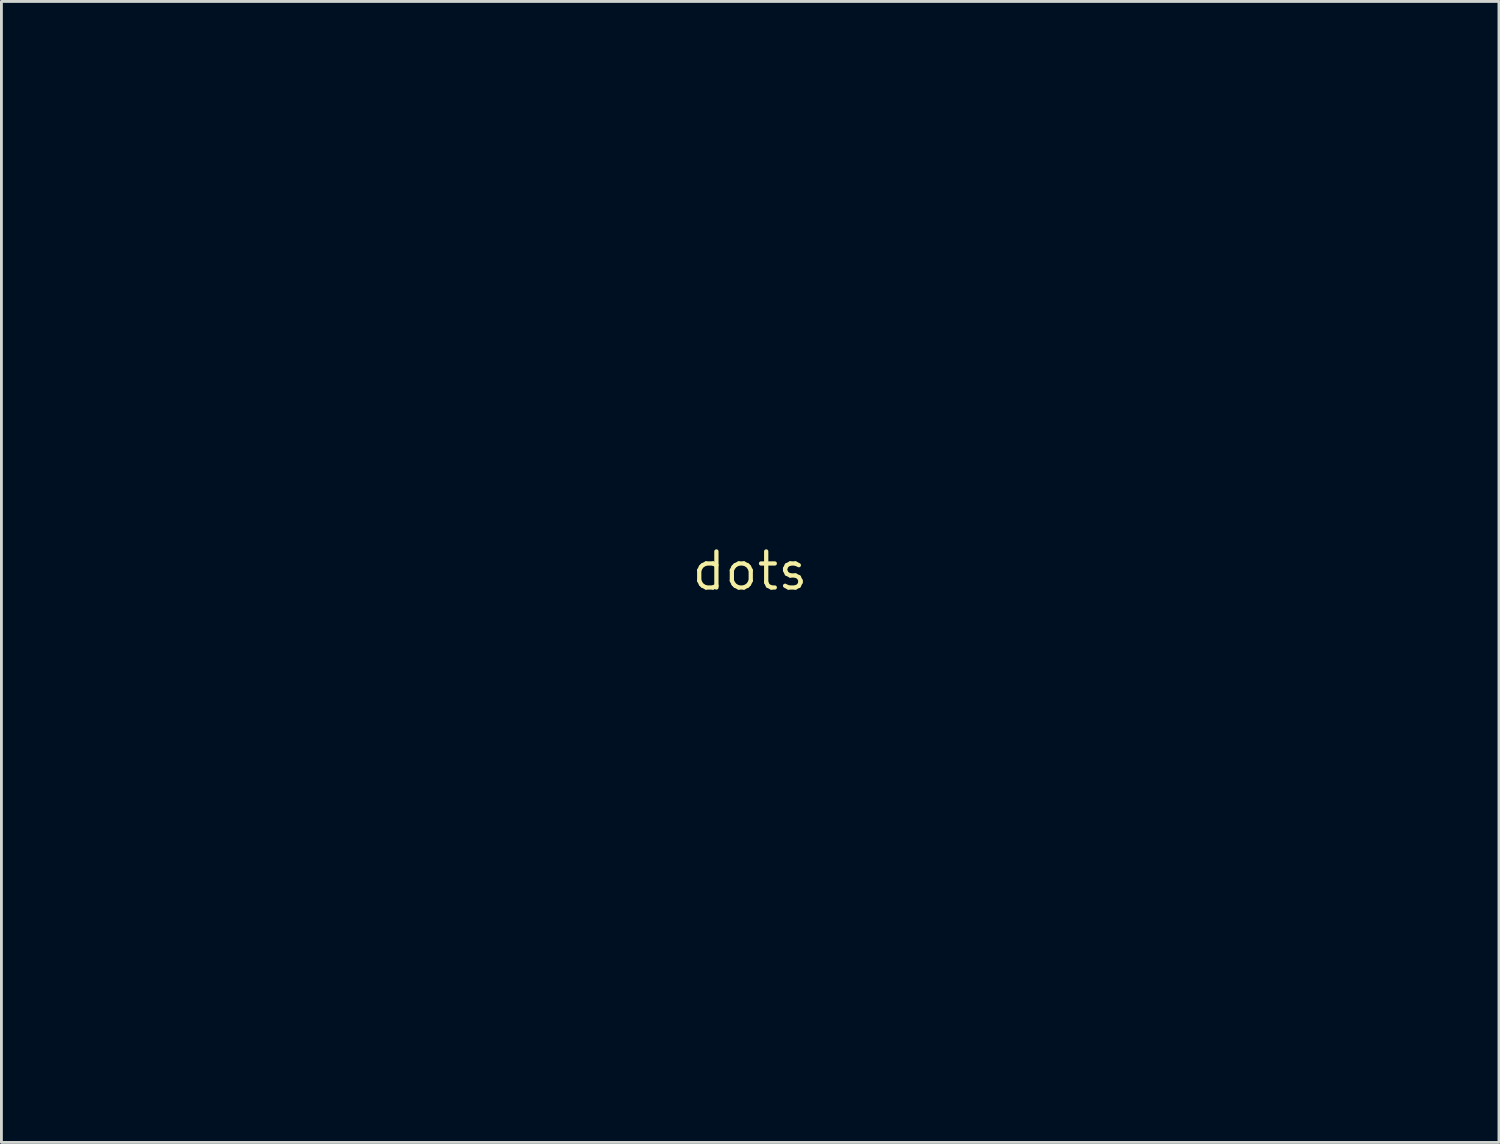
<source format=kicad_pcb>
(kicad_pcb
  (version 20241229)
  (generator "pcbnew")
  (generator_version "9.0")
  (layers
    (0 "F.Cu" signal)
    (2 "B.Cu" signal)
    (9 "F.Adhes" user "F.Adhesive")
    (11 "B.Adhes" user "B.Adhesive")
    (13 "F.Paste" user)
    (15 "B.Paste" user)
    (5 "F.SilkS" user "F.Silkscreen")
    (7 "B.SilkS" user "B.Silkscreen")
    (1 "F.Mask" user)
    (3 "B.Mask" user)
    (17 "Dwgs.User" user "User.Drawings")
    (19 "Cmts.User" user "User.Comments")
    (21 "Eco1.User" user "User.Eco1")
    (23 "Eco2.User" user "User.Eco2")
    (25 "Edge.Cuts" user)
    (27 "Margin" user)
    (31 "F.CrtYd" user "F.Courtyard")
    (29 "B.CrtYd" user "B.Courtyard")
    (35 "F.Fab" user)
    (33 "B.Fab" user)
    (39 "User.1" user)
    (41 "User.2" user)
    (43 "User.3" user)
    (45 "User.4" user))
  (footprint "dots"
    (layer "F.Cu")
    (at 23.362 17.063)
    (property "Reference" "dots" (at 0 0 0) (layer "F.SilkS") (effects (font (size 1.27 1.27) (thickness 0.15))))
    (attr through_hole)
    (fp_poly (pts (xy 11.504 14.439) (xy 11.556 14.482) (xy 11.573 14.544) (xy 11.557 14.623) (xy 11.506 14.713) (xy 11.442 14.792) (xy 11.349 14.879) (xy 11.264 14.929) (xy 11.19 14.944) (xy 11.128 14.921) (xy 11.097 14.886) (xy 11.063 14.798) (xy 11.064 14.704) (xy 11.099 14.61) (xy 11.162 14.527) (xy 11.252 14.463) (xy 11.269 14.455) (xy 11.36 14.422) (xy 11.435 14.418) (xy 11.504 14.439)) (stroke (width 0.01) (type solid)) (fill yes) (layer "F.Mask"))
    (fp_poly (pts (xy -14.394 12.008) (xy -14.299 12.037) (xy -14.23 12.095) (xy -14.19 12.176) (xy -14.182 12.275) (xy -14.209 12.385) (xy -14.212 12.394) (xy -14.248 12.449) (xy -14.297 12.467) (xy -14.362 12.448) (xy -14.427 12.407) (xy -14.509 12.341) (xy -14.561 12.283) (xy -14.589 12.222) (xy -14.599 12.176) (xy -14.602 12.117) (xy -14.585 12.079) (xy -14.549 12.045) (xy -14.498 12.014) (xy -14.442 12.005) (xy -14.394 12.008)) (stroke (width 0.01) (type solid)) (fill yes) (layer "F.Mask"))
    (fp_poly (pts (xy -13.394 12.858) (xy -13.304 12.89) (xy -13.255 12.914) (xy -13.134 12.99) (xy -13.046 13.077) (xy -12.991 13.171) (xy -12.973 13.266) (xy -12.988 13.344) (xy -13.019 13.372) (xy -13.074 13.377) (xy -13.142 13.36) (xy -13.213 13.322) (xy -13.221 13.316) (xy -13.332 13.223) (xy -13.42 13.127) (xy -13.478 13.035) (xy -13.504 12.953) (xy -13.504 12.939) (xy -13.493 12.882) (xy -13.457 12.855) (xy -13.394 12.858)) (stroke (width 0.01) (type solid)) (fill yes) (layer "F.Mask"))
    (fp_poly (pts (xy 13.359 12.819) (xy 13.363 12.823) (xy 13.397 12.889) (xy 13.393 12.968) (xy 13.354 13.055) (xy 13.281 13.145) (xy 13.252 13.173) (xy 13.174 13.228) (xy 13.101 13.251) (xy 13.041 13.24) (xy 13.022 13.225) (xy 13.003 13.182) (xy 12.997 13.113) (xy 13.004 13.035) (xy 13.023 12.961) (xy 13.035 12.933) (xy 13.087 12.865) (xy 13.156 12.817) (xy 13.231 12.791) (xy 13.302 12.79) (xy 13.359 12.819)) (stroke (width 0.01) (type solid)) (fill yes) (layer "F.Mask"))
    (fp_poly (pts (xy 16.857 -7.989) (xy 16.922 -7.927) (xy 16.969 -7.834) (xy 16.975 -7.812) (xy 16.987 -7.698) (xy 16.962 -7.597) (xy 16.902 -7.515) (xy 16.814 -7.459) (xy 16.749 -7.436) (xy 16.7 -7.434) (xy 16.642 -7.453) (xy 16.626 -7.46) (xy 16.557 -7.509) (xy 16.518 -7.582) (xy 16.506 -7.675) (xy 16.522 -7.807) (xy 16.568 -7.911) (xy 16.619 -7.969) (xy 16.699 -8.013) (xy 16.781 -8.019) (xy 16.857 -7.989)) (stroke (width 0.01) (type solid)) (fill yes) (layer "F.Mask"))
    (fp_poly (pts (xy 23.183 3.614) (xy 23.278 3.661) (xy 23.345 3.736) (xy 23.354 3.752) (xy 23.378 3.841) (xy 23.361 3.925) (xy 23.303 4.004) (xy 23.257 4.042) (xy 23.172 4.09) (xy 23.089 4.103) (xy 22.995 4.082) (xy 22.955 4.065) (xy 22.863 4.011) (xy 22.807 3.945) (xy 22.783 3.871) (xy 22.786 3.773) (xy 22.824 3.694) (xy 22.895 3.636) (xy 22.993 3.604) (xy 23.061 3.598) (xy 23.183 3.614)) (stroke (width 0.01) (type solid)) (fill yes) (layer "F.Mask"))
    (fp_poly (pts (xy -16.662 -8.084) (xy -16.629 -8.063) (xy -16.56 -7.989) (xy -16.519 -7.895) (xy -16.502 -7.772) (xy -16.501 -7.745) (xy -16.508 -7.625) (xy -16.536 -7.541) (xy -16.588 -7.486) (xy -16.669 -7.458) (xy -16.762 -7.451) (xy -16.857 -7.462) (xy -16.918 -7.493) (xy -16.977 -7.565) (xy -17.007 -7.66) (xy -17.006 -7.771) (xy -16.976 -7.889) (xy -16.953 -7.941) (xy -16.891 -8.031) (xy -16.819 -8.086) (xy -16.74 -8.104) (xy -16.662 -8.084)) (stroke (width 0.01) (type solid)) (fill yes) (layer "F.Mask"))
    (fp_poly (pts (xy 16.332 -10.343) (xy 16.359 -10.317) (xy 16.399 -10.244) (xy 16.424 -10.152) (xy 16.434 -10.053) (xy 16.429 -9.958) (xy 16.407 -9.879) (xy 16.37 -9.828) (xy 16.37 -9.827) (xy 16.31 -9.805) (xy 16.233 -9.803) (xy 16.157 -9.821) (xy 16.126 -9.836) (xy 16.058 -9.901) (xy 16.016 -9.989) (xy 16.001 -10.088) (xy 16.013 -10.187) (xy 16.052 -10.276) (xy 16.112 -10.339) (xy 16.185 -10.369) (xy 16.263 -10.37) (xy 16.332 -10.343)) (stroke (width 0.01) (type solid)) (fill yes) (layer "F.Mask"))
    (fp_poly (pts (xy 20.326 0.912) (xy 20.426 0.987) (xy 20.467 1.027) (xy 20.532 1.108) (xy 20.563 1.176) (xy 20.563 1.239) (xy 20.544 1.289) (xy 20.48 1.371) (xy 20.397 1.418) (xy 20.303 1.428) (xy 20.204 1.398) (xy 20.108 1.326) (xy 20.043 1.227) (xy 20.009 1.102) (xy 20.007 1.078) (xy 20.004 1.008) (xy 20.01 0.965) (xy 20.031 0.935) (xy 20.056 0.914) (xy 20.138 0.874) (xy 20.229 0.874) (xy 20.326 0.912)) (stroke (width 0.01) (type solid)) (fill yes) (layer "F.Mask"))
    (fp_poly (pts (xy 21.244 1.762) (xy 21.327 1.786) (xy 21.353 1.8) (xy 21.423 1.86) (xy 21.462 1.933) (xy 21.474 2.011) (xy 21.462 2.086) (xy 21.428 2.151) (xy 21.374 2.199) (xy 21.304 2.221) (xy 21.219 2.211) (xy 21.209 2.208) (xy 21.148 2.169) (xy 21.085 2.105) (xy 21.029 2.026) (xy 20.99 1.947) (xy 20.976 1.885) (xy 20.991 1.838) (xy 21.018 1.799) (xy 21.075 1.768) (xy 21.155 1.756) (xy 21.244 1.762)) (stroke (width 0.01) (type solid)) (fill yes) (layer "F.Mask"))
    (fp_poly (pts (xy -19.432 0.285) (xy -19.395 0.333) (xy -19.389 0.343) (xy -19.35 0.439) (xy -19.352 0.531) (xy -19.396 0.619) (xy -19.482 0.705) (xy -19.501 0.72) (xy -19.58 0.767) (xy -19.643 0.78) (xy -19.698 0.758) (xy -19.723 0.735) (xy -19.77 0.668) (xy -19.81 0.584) (xy -19.831 0.503) (xy -19.833 0.478) (xy -19.816 0.427) (xy -19.761 0.376) (xy -19.668 0.325) (xy -19.601 0.296) (xy -19.523 0.269) (xy -19.47 0.265) (xy -19.432 0.285)) (stroke (width 0.01) (type solid)) (fill yes) (layer "F.Mask"))
    (fp_poly (pts (xy -18.772 -0.58) (xy -18.737 -0.56) (xy -18.684 -0.504) (xy -18.639 -0.423) (xy -18.611 -0.336) (xy -18.605 -0.288) (xy -18.625 -0.205) (xy -18.678 -0.129) (xy -18.756 -0.067) (xy -18.849 -0.023) (xy -18.949 -0.002) (xy -19.046 -0.009) (xy -19.082 -0.02) (xy -19.146 -0.065) (xy -19.178 -0.131) (xy -19.178 -0.213) (xy -19.149 -0.305) (xy -19.091 -0.402) (xy -19.006 -0.498) (xy -18.999 -0.504) (xy -18.916 -0.567) (xy -18.842 -0.592) (xy -18.772 -0.58)) (stroke (width 0.01) (type solid)) (fill yes) (layer "F.Mask"))
    (fp_poly (pts (xy -16.566 11.396) (xy -16.506 11.421) (xy -16.431 11.466) (xy -16.355 11.522) (xy -16.293 11.577) (xy -16.27 11.604) (xy -16.241 11.674) (xy -16.253 11.748) (xy -16.306 11.823) (xy -16.359 11.869) (xy -16.457 11.923) (xy -16.562 11.94) (xy -16.677 11.918) (xy -16.765 11.88) (xy -16.86 11.818) (xy -16.913 11.751) (xy -16.924 11.677) (xy -16.894 11.597) (xy -16.825 11.514) (xy -16.731 11.438) (xy -16.643 11.398) (xy -16.567 11.395) (xy -16.566 11.396)) (stroke (width 0.01) (type solid)) (fill yes) (layer "F.Mask"))
    (fp_poly (pts (xy -12.121 13.747) (xy -12.04 13.827) (xy -12.007 13.873) (xy -11.958 13.957) (xy -11.94 14.024) (xy -11.953 14.083) (xy -11.971 14.113) (xy -12.014 14.154) (xy -12.064 14.16) (xy -12.127 14.132) (xy -12.204 14.068) (xy -12.24 14.033) (xy -12.301 13.969) (xy -12.337 13.923) (xy -12.354 13.886) (xy -12.359 13.847) (xy -12.357 13.817) (xy -12.349 13.759) (xy -12.33 13.728) (xy -12.29 13.711) (xy -12.283 13.709) (xy -12.202 13.707) (xy -12.121 13.747)) (stroke (width 0.01) (type solid)) (fill yes) (layer "F.Mask"))
    (fp_poly (pts (xy 9.801 16.536) (xy 9.835 16.584) (xy 9.842 16.661) (xy 9.822 16.764) (xy 9.775 16.892) (xy 9.76 16.926) (xy 9.719 17.005) (xy 9.682 17.054) (xy 9.64 17.084) (xy 9.622 17.093) (xy 9.52 17.12) (xy 9.427 17.111) (xy 9.406 17.103) (xy 9.364 17.074) (xy 9.344 17.025) (xy 9.341 16.948) (xy 9.346 16.899) (xy 9.382 16.767) (xy 9.452 16.659) (xy 9.555 16.577) (xy 9.657 16.532) (xy 9.742 16.518) (xy 9.801 16.536)) (stroke (width 0.01) (type solid)) (fill yes) (layer "F.Mask"))
    (fp_poly (pts (xy 14.347 12.022) (xy 14.384 12.053) (xy 14.422 12.101) (xy 14.431 12.147) (xy 14.427 12.176) (xy 14.395 12.268) (xy 14.334 12.344) (xy 14.265 12.397) (xy 14.193 12.432) (xy 14.111 12.456) (xy 14.031 12.466) (xy 13.966 12.46) (xy 13.933 12.444) (xy 13.906 12.388) (xy 13.91 12.319) (xy 13.941 12.242) (xy 13.992 12.166) (xy 14.059 12.097) (xy 14.137 12.043) (xy 14.221 12.011) (xy 14.241 12.008) (xy 14.303 12.005) (xy 14.347 12.022)) (stroke (width 0.01) (type solid)) (fill yes) (layer "F.Mask"))
    (fp_poly (pts (xy -17.011 -6.892) (xy -17.005 -6.89) (xy -16.882 -6.839) (xy -16.793 -6.77) (xy -16.74 -6.687) (xy -16.725 -6.592) (xy -16.75 -6.489) (xy -16.769 -6.451) (xy -16.844 -6.358) (xy -16.945 -6.297) (xy -17.067 -6.27) (xy -17.207 -6.277) (xy -17.222 -6.28) (xy -17.275 -6.299) (xy -17.311 -6.335) (xy -17.333 -6.394) (xy -17.344 -6.484) (xy -17.346 -6.581) (xy -17.339 -6.718) (xy -17.317 -6.817) (xy -17.276 -6.882) (xy -17.213 -6.914) (xy -17.126 -6.916) (xy -17.011 -6.892)) (stroke (width 0.01) (type solid)) (fill yes) (layer "F.Mask"))
    (fp_poly (pts (xy -16.158 -10.4) (xy -16.085 -10.357) (xy -16.029 -10.291) (xy -15.991 -10.207) (xy -15.974 -10.115) (xy -15.978 -10.022) (xy -16.004 -9.935) (xy -16.054 -9.863) (xy -16.129 -9.812) (xy -16.147 -9.805) (xy -16.207 -9.797) (xy -16.275 -9.802) (xy -16.277 -9.802) (xy -16.346 -9.826) (xy -16.391 -9.866) (xy -16.416 -9.93) (xy -16.423 -10.023) (xy -16.421 -10.088) (xy -16.408 -10.219) (xy -16.381 -10.312) (xy -16.34 -10.373) (xy -16.283 -10.404) (xy -16.248 -10.41) (xy -16.158 -10.4)) (stroke (width 0.01) (type solid)) (fill yes) (layer "F.Mask"))
    (fp_poly (pts (xy -15.473 11.502) (xy -15.401 11.52) (xy -15.314 11.55) (xy -15.227 11.588) (xy -15.152 11.628) (xy -15.102 11.663) (xy -15.094 11.671) (xy -15.071 11.722) (xy -15.063 11.791) (xy -15.069 11.861) (xy -15.089 11.916) (xy -15.103 11.93) (xy -15.162 11.952) (xy -15.246 11.955) (xy -15.342 11.941) (xy -15.364 11.935) (xy -15.474 11.885) (xy -15.55 11.81) (xy -15.591 11.711) (xy -15.6 11.628) (xy -15.594 11.552) (xy -15.572 11.51) (xy -15.529 11.497) (xy -15.473 11.502)) (stroke (width 0.01) (type solid)) (fill yes) (layer "F.Mask"))
    (fp_poly (pts (xy -13.648 -12.355) (xy -13.572 -12.304) (xy -13.523 -12.224) (xy -13.499 -12.113) (xy -13.497 -12.053) (xy -13.512 -11.921) (xy -13.556 -11.808) (xy -13.624 -11.718) (xy -13.709 -11.655) (xy -13.808 -11.624) (xy -13.916 -11.629) (xy -13.982 -11.651) (xy -14.084 -11.712) (xy -14.167 -11.795) (xy -14.228 -11.891) (xy -14.259 -11.991) (xy -14.258 -12.071) (xy -14.223 -12.152) (xy -14.155 -12.227) (xy -14.063 -12.291) (xy -13.956 -12.339) (xy -13.845 -12.369) (xy -13.737 -12.375) (xy -13.648 -12.355)) (stroke (width 0.01) (type solid)) (fill yes) (layer "F.Mask"))
    (fp_poly (pts (xy 10.608 15.487) (xy 10.66 15.525) (xy 10.686 15.589) (xy 10.683 15.677) (xy 10.646 15.782) (xy 10.608 15.847) (xy 10.558 15.917) (xy 10.504 15.982) (xy 10.453 16.034) (xy 10.414 16.062) (xy 10.402 16.066) (xy 10.368 16.051) (xy 10.33 16.019) (xy 10.299 15.974) (xy 10.264 15.906) (xy 10.243 15.855) (xy 10.218 15.774) (xy 10.217 15.712) (xy 10.244 15.657) (xy 10.303 15.599) (xy 10.346 15.564) (xy 10.447 15.503) (xy 10.536 15.479) (xy 10.608 15.487)) (stroke (width 0.01) (type solid)) (fill yes) (layer "F.Mask"))
    (fp_poly (pts (xy 12.351 13.657) (xy 12.388 13.675) (xy 12.405 13.697) (xy 12.423 13.763) (xy 12.409 13.835) (xy 12.361 13.919) (xy 12.277 14.016) (xy 12.256 14.037) (xy 12.182 14.109) (xy 12.128 14.154) (xy 12.089 14.175) (xy 12.055 14.175) (xy 12.019 14.16) (xy 12.018 14.159) (xy 11.983 14.117) (xy 11.959 14.049) (xy 11.951 13.968) (xy 11.958 13.901) (xy 11.999 13.791) (xy 12.067 13.713) (xy 12.162 13.668) (xy 12.285 13.652) (xy 12.286 13.652) (xy 12.351 13.657)) (stroke (width 0.01) (type solid)) (fill yes) (layer "F.Mask"))
    (fp_poly (pts (xy 12.602 -16.895) (xy 12.693 -16.803) (xy 12.756 -16.733) (xy 12.793 -16.68) (xy 12.805 -16.636) (xy 12.795 -16.596) (xy 12.766 -16.552) (xy 12.73 -16.51) (xy 12.643 -16.441) (xy 12.536 -16.396) (xy 12.425 -16.381) (xy 12.321 -16.397) (xy 12.319 -16.398) (xy 12.252 -16.442) (xy 12.192 -16.515) (xy 12.149 -16.604) (xy 12.129 -16.696) (xy 12.129 -16.71) (xy 12.147 -16.787) (xy 12.203 -16.868) (xy 12.299 -16.956) (xy 12.345 -16.99) (xy 12.439 -17.058) (xy 12.602 -16.895)) (stroke (width 0.01) (type solid)) (fill yes) (layer "F.Mask"))
    (fp_poly (pts (xy 15.481 11.446) (xy 15.517 11.49) (xy 15.532 11.555) (xy 15.527 11.633) (xy 15.501 11.717) (xy 15.457 11.8) (xy 15.395 11.874) (xy 15.367 11.899) (xy 15.292 11.943) (xy 15.206 11.975) (xy 15.124 11.988) (xy 15.087 11.985) (xy 15.057 11.96) (xy 15.032 11.906) (xy 15.017 11.837) (xy 15.015 11.767) (xy 15.019 11.744) (xy 15.051 11.674) (xy 15.113 11.601) (xy 15.194 11.531) (xy 15.284 11.475) (xy 15.37 11.439) (xy 15.422 11.43) (xy 15.481 11.446)) (stroke (width 0.01) (type solid)) (fill yes) (layer "F.Mask"))
    (fp_poly (pts (xy 18.738 -0.569) (xy 18.837 -0.525) (xy 18.93 -0.463) (xy 18.992 -0.405) (xy 19.049 -0.328) (xy 19.069 -0.261) (xy 19.052 -0.197) (xy 19.03 -0.165) (xy 18.969 -0.116) (xy 18.881 -0.082) (xy 18.783 -0.065) (xy 18.686 -0.067) (xy 18.605 -0.09) (xy 18.579 -0.106) (xy 18.53 -0.163) (xy 18.493 -0.242) (xy 18.468 -0.333) (xy 18.459 -0.423) (xy 18.466 -0.5) (xy 18.493 -0.554) (xy 18.496 -0.558) (xy 18.559 -0.587) (xy 18.642 -0.59) (xy 18.738 -0.569)) (stroke (width 0.01) (type solid)) (fill yes) (layer "F.Mask"))
    (fp_poly (pts (xy 19.358 0.204) (xy 19.427 0.236) (xy 19.51 0.292) (xy 19.598 0.367) (xy 19.632 0.401) (xy 19.689 0.463) (xy 19.716 0.509) (xy 19.712 0.548) (xy 19.675 0.591) (xy 19.605 0.648) (xy 19.602 0.651) (xy 19.525 0.701) (xy 19.464 0.716) (xy 19.406 0.695) (xy 19.343 0.64) (xy 19.276 0.563) (xy 19.237 0.497) (xy 19.221 0.431) (xy 19.219 0.394) (xy 19.23 0.308) (xy 19.26 0.24) (xy 19.303 0.202) (xy 19.308 0.2) (xy 19.358 0.204)) (stroke (width 0.01) (type solid)) (fill yes) (layer "F.Mask"))
    (fp_poly (pts (xy -14.599 -5.087) (xy -14.484 -5.043) (xy -14.385 -4.971) (xy -14.308 -4.874) (xy -14.26 -4.759) (xy -14.25 -4.699) (xy -14.258 -4.586) (xy -14.301 -4.485) (xy -14.373 -4.403) (xy -14.466 -4.343) (xy -14.575 -4.31) (xy -14.694 -4.307) (xy -14.79 -4.331) (xy -14.857 -4.365) (xy -14.931 -4.417) (xy -14.971 -4.453) (xy -15.054 -4.557) (xy -15.097 -4.668) (xy -15.103 -4.778) (xy -15.071 -4.882) (xy -15.003 -4.973) (xy -14.901 -5.047) (xy -14.845 -5.072) (xy -14.721 -5.098) (xy -14.599 -5.087)) (stroke (width 0.01) (type solid)) (fill yes) (layer "F.Mask"))
    (fp_poly (pts (xy -14.352 -14.874) (xy -14.301 -14.85) (xy -14.254 -14.808) (xy -14.198 -14.734) (xy -14.183 -14.659) (xy -14.207 -14.576) (xy -14.212 -14.567) (xy -14.272 -14.484) (xy -14.356 -14.412) (xy -14.45 -14.358) (xy -14.543 -14.332) (xy -14.567 -14.33) (xy -14.619 -14.34) (xy -14.681 -14.363) (xy -14.686 -14.366) (xy -14.765 -14.418) (xy -14.803 -14.48) (xy -14.801 -14.554) (xy -14.797 -14.569) (xy -14.741 -14.683) (xy -14.661 -14.777) (xy -14.563 -14.844) (xy -14.455 -14.878) (xy -14.418 -14.88) (xy -14.352 -14.874)) (stroke (width 0.01) (type solid)) (fill yes) (layer "F.Mask"))
    (fp_poly (pts (xy -12.464 -17) (xy -12.413 -16.971) (xy -12.355 -16.915) (xy -12.343 -16.902) (xy -12.284 -16.818) (xy -12.259 -16.737) (xy -12.264 -16.65) (xy -12.302 -16.554) (xy -12.371 -16.475) (xy -12.461 -16.418) (xy -12.564 -16.388) (xy -12.668 -16.388) (xy -12.751 -16.415) (xy -12.823 -16.466) (xy -12.86 -16.53) (xy -12.869 -16.599) (xy -12.865 -16.642) (xy -12.85 -16.682) (xy -12.816 -16.73) (xy -12.76 -16.795) (xy -12.739 -16.818) (xy -12.648 -16.911) (xy -12.576 -16.971) (xy -12.517 -17.001) (xy -12.464 -17)) (stroke (width 0.01) (type solid)) (fill yes) (layer "F.Mask"))
    (fp_poly (pts (xy -11.359 14.451) (xy -11.305 14.477) (xy -11.198 14.541) (xy -11.129 14.603) (xy -11.096 14.669) (xy -11.091 14.707) (xy -11.101 14.806) (xy -11.126 14.896) (xy -11.163 14.969) (xy -11.207 15.016) (xy -11.245 15.028) (xy -11.28 15.018) (xy -11.33 14.992) (xy -11.337 14.988) (xy -11.4 14.938) (xy -11.47 14.863) (xy -11.536 14.778) (xy -11.586 14.696) (xy -11.607 14.625) (xy -11.589 14.562) (xy -11.532 14.501) (xy -11.507 14.483) (xy -11.452 14.449) (xy -11.408 14.439) (xy -11.359 14.451)) (stroke (width 0.01) (type solid)) (fill yes) (layer "F.Mask"))
    (fp_poly (pts (xy -8.109 -1.884) (xy -8.002 -1.833) (xy -7.903 -1.745) (xy -7.821 -1.626) (xy -7.771 -1.497) (xy -7.759 -1.365) (xy -7.785 -1.24) (xy -7.804 -1.196) (xy -7.881 -1.084) (xy -7.972 -1.012) (xy -8.078 -0.979) (xy -8.198 -0.986) (xy -8.266 -1.005) (xy -8.345 -1.049) (xy -8.429 -1.12) (xy -8.507 -1.207) (xy -8.566 -1.297) (xy -8.592 -1.36) (xy -8.608 -1.491) (xy -8.583 -1.615) (xy -8.53 -1.711) (xy -8.436 -1.812) (xy -8.331 -1.874) (xy -8.221 -1.897) (xy -8.109 -1.884)) (stroke (width 0.01) (type solid)) (fill yes) (layer "F.Mask"))
    (fp_poly (pts (xy 16.644 11.515) (xy 16.728 11.556) (xy 16.785 11.621) (xy 16.786 11.622) (xy 16.804 11.694) (xy 16.795 11.777) (xy 16.764 11.853) (xy 16.732 11.89) (xy 16.697 11.915) (xy 16.655 11.93) (xy 16.595 11.936) (xy 16.514 11.937) (xy 16.411 11.932) (xy 16.323 11.918) (xy 16.278 11.904) (xy 16.187 11.853) (xy 16.139 11.795) (xy 16.131 11.729) (xy 16.163 11.653) (xy 16.171 11.641) (xy 16.242 11.573) (xy 16.334 11.525) (xy 16.438 11.5) (xy 16.545 11.496) (xy 16.644 11.515)) (stroke (width 0.01) (type solid)) (fill yes) (layer "F.Mask"))
    (fp_poly (pts (xy -22.029 2.55) (xy -21.949 2.6) (xy -21.937 2.612) (xy -21.893 2.662) (xy -21.872 2.709) (xy -21.865 2.773) (xy -21.865 2.793) (xy -21.876 2.898) (xy -21.911 2.984) (xy -21.979 3.067) (xy -21.996 3.084) (xy -22.096 3.156) (xy -22.204 3.193) (xy -22.311 3.192) (xy -22.409 3.155) (xy -22.468 3.097) (xy -22.506 3.016) (xy -22.518 2.929) (xy -22.513 2.891) (xy -22.491 2.844) (xy -22.45 2.783) (xy -22.42 2.748) (xy -22.309 2.638) (xy -22.207 2.569) (xy -22.114 2.54) (xy -22.029 2.55)) (stroke (width 0.01) (type solid)) (fill yes) (layer "F.Mask"))
    (fp_poly (pts (xy -20.304 0.857) (xy -20.25 0.878) (xy -20.187 0.92) (xy -20.122 0.974) (xy -20.067 1.03) (xy -20.031 1.08) (xy -20.024 1.105) (xy -20.039 1.149) (xy -20.078 1.21) (xy -20.132 1.277) (xy -20.195 1.34) (xy -20.239 1.376) (xy -20.323 1.426) (xy -20.395 1.439) (xy -20.465 1.414) (xy -20.539 1.35) (xy -20.544 1.346) (xy -20.613 1.262) (xy -20.647 1.189) (xy -20.646 1.116) (xy -20.612 1.036) (xy -20.602 1.02) (xy -20.527 0.927) (xy -20.439 0.871) (xy -20.343 0.853) (xy -20.304 0.857)) (stroke (width 0.01) (type solid)) (fill yes) (layer "F.Mask"))
    (fp_poly (pts (xy -9.735 16.295) (xy -9.682 16.344) (xy -9.625 16.414) (xy -9.571 16.497) (xy -9.525 16.583) (xy -9.494 16.664) (xy -9.483 16.727) (xy -9.5 16.791) (xy -9.544 16.842) (xy -9.601 16.868) (xy -9.615 16.869) (xy -9.666 16.86) (xy -9.729 16.839) (xy -9.737 16.836) (xy -9.804 16.798) (xy -9.871 16.744) (xy -9.927 16.685) (xy -9.962 16.632) (xy -9.97 16.604) (xy -9.959 16.537) (xy -9.93 16.461) (xy -9.891 16.386) (xy -9.846 16.324) (xy -9.803 16.285) (xy -9.779 16.277) (xy -9.735 16.295)) (stroke (width 0.01) (type solid)) (fill yes) (layer "F.Mask"))
    (fp_poly (pts (xy -9.654 -0.179) (xy -9.539 -0.138) (xy -9.44 -0.068) (xy -9.365 0.028) (xy -9.333 0.099) (xy -9.318 0.202) (xy -9.328 0.319) (xy -9.361 0.439) (xy -9.413 0.548) (xy -9.478 0.634) (xy -9.508 0.659) (xy -9.602 0.702) (xy -9.712 0.716) (xy -9.823 0.699) (xy -9.88 0.676) (xy -9.991 0.598) (xy -10.077 0.489) (xy -10.137 0.346) (xy -10.171 0.198) (xy -10.17 0.092) (xy -10.131 -0.001) (xy -10.052 -0.084) (xy -10.019 -0.108) (xy -9.902 -0.166) (xy -9.777 -0.189) (xy -9.654 -0.179)) (stroke (width 0.01) (type solid)) (fill yes) (layer "F.Mask"))
    (fp_poly (pts (xy -7.965 -6.692) (xy -7.847 -6.627) (xy -7.735 -6.534) (xy -7.664 -6.455) (xy -7.598 -6.356) (xy -7.567 -6.266) (xy -7.572 -6.178) (xy -7.613 -6.085) (xy -7.69 -5.979) (xy -7.698 -5.971) (xy -7.799 -5.877) (xy -7.908 -5.823) (xy -8.021 -5.81) (xy -8.115 -5.83) (xy -8.237 -5.895) (xy -8.346 -5.994) (xy -8.412 -6.083) (xy -8.458 -6.192) (xy -8.473 -6.308) (xy -8.458 -6.425) (xy -8.417 -6.533) (xy -8.353 -6.625) (xy -8.268 -6.691) (xy -8.19 -6.721) (xy -8.082 -6.724) (xy -7.965 -6.692)) (stroke (width 0.01) (type solid)) (fill yes) (layer "F.Mask"))
    (fp_poly (pts (xy 9.676 -2.594) (xy 9.749 -2.561) (xy 9.82 -2.5) (xy 9.893 -2.412) (xy 9.962 -2.302) (xy 9.992 -2.203) (xy 9.982 -2.11) (xy 9.933 -2.016) (xy 9.85 -1.922) (xy 9.725 -1.828) (xy 9.588 -1.774) (xy 9.451 -1.758) (xy 9.367 -1.763) (xy 9.289 -1.775) (xy 9.251 -1.784) (xy 9.167 -1.834) (xy 9.111 -1.915) (xy 9.083 -2.026) (xy 9.081 -2.084) (xy 9.1 -2.229) (xy 9.154 -2.357) (xy 9.239 -2.463) (xy 9.349 -2.543) (xy 9.479 -2.591) (xy 9.592 -2.603) (xy 9.676 -2.594)) (stroke (width 0.01) (type solid)) (fill yes) (layer "F.Mask"))
    (fp_poly (pts (xy 13.911 -12.403) (xy 14.007 -12.356) (xy 14.083 -12.278) (xy 14.139 -12.179) (xy 14.171 -12.066) (xy 14.177 -11.949) (xy 14.154 -11.836) (xy 14.111 -11.753) (xy 14.029 -11.665) (xy 13.933 -11.613) (xy 13.829 -11.599) (xy 13.724 -11.625) (xy 13.705 -11.634) (xy 13.628 -11.685) (xy 13.557 -11.751) (xy 13.501 -11.82) (xy 13.472 -11.881) (xy 13.471 -11.885) (xy 13.473 -11.959) (xy 13.498 -12.054) (xy 13.502 -12.063) (xy 13.567 -12.201) (xy 13.644 -12.306) (xy 13.729 -12.376) (xy 13.821 -12.408) (xy 13.911 -12.403)) (stroke (width 0.01) (type solid)) (fill yes) (layer "F.Mask"))
    (fp_poly (pts (xy 16.54 9.829) (xy 16.596 9.86) (xy 16.718 9.957) (xy 16.806 10.068) (xy 16.857 10.188) (xy 16.869 10.313) (xy 16.842 10.439) (xy 16.837 10.451) (xy 16.789 10.541) (xy 16.725 10.605) (xy 16.65 10.651) (xy 16.518 10.697) (xy 16.386 10.702) (xy 16.259 10.666) (xy 16.243 10.658) (xy 16.132 10.58) (xy 16.052 10.478) (xy 16.007 10.358) (xy 15.999 10.228) (xy 16.012 10.157) (xy 16.058 10.038) (xy 16.136 9.939) (xy 16.228 9.866) (xy 16.335 9.813) (xy 16.437 9.8) (xy 16.54 9.829)) (stroke (width 0.01) (type solid)) (fill yes) (layer "F.Mask"))
    (fp_poly (pts (xy -16.258 -1.827) (xy -16.122 -1.778) (xy -16.003 -1.699) (xy -15.909 -1.593) (xy -15.873 -1.531) (xy -15.83 -1.398) (xy -15.824 -1.266) (xy -15.853 -1.142) (xy -15.912 -1.028) (xy -15.998 -0.93) (xy -16.107 -0.853) (xy -16.234 -0.8) (xy -16.376 -0.777) (xy -16.51 -0.785) (xy -16.667 -0.828) (xy -16.795 -0.901) (xy -16.895 -1.005) (xy -16.942 -1.084) (xy -16.99 -1.223) (xy -16.997 -1.36) (xy -16.967 -1.492) (xy -16.9 -1.611) (xy -16.799 -1.712) (xy -16.697 -1.776) (xy -16.552 -1.828) (xy -16.403 -1.844) (xy -16.258 -1.827)) (stroke (width 0.01) (type solid)) (fill yes) (layer "F.Mask"))
    (fp_poly (pts (xy -10.606 15.232) (xy -10.56 15.244) (xy -10.52 15.274) (xy -10.488 15.307) (xy -10.443 15.371) (xy -10.399 15.46) (xy -10.361 15.559) (xy -10.336 15.651) (xy -10.329 15.708) (xy -10.344 15.752) (xy -10.379 15.797) (xy -10.421 15.827) (xy -10.44 15.831) (xy -10.476 15.823) (xy -10.532 15.806) (xy -10.555 15.798) (xy -10.671 15.736) (xy -10.759 15.645) (xy -10.815 15.529) (xy -10.837 15.392) (xy -10.837 15.378) (xy -10.831 15.302) (xy -10.81 15.257) (xy -10.763 15.235) (xy -10.684 15.229) (xy -10.678 15.229) (xy -10.606 15.232)) (stroke (width 0.01) (type solid)) (fill yes) (layer "F.Mask"))
    (fp_poly (pts (xy -8.774 5.227) (xy -8.661 5.257) (xy -8.571 5.3) (xy -8.493 5.376) (xy -8.438 5.477) (xy -8.409 5.594) (xy -8.407 5.715) (xy -8.432 5.832) (xy -8.486 5.933) (xy -8.502 5.952) (xy -8.58 6.012) (xy -8.685 6.053) (xy -8.803 6.072) (xy -8.922 6.067) (xy -8.98 6.054) (xy -9.1 5.998) (xy -9.19 5.914) (xy -9.248 5.804) (xy -9.27 5.671) (xy -9.271 5.65) (xy -9.253 5.518) (xy -9.206 5.402) (xy -9.132 5.308) (xy -9.038 5.244) (xy -8.99 5.227) (xy -8.89 5.216) (xy -8.774 5.227)) (stroke (width 0.01) (type solid)) (fill yes) (layer "F.Mask"))
    (fp_poly (pts (xy 13.029 -4.256) (xy 13.049 -4.246) (xy 13.163 -4.175) (xy 13.253 -4.083) (xy 13.312 -3.978) (xy 13.334 -3.868) (xy 13.335 -3.858) (xy 13.318 -3.772) (xy 13.276 -3.68) (xy 13.217 -3.598) (xy 13.189 -3.572) (xy 13.086 -3.509) (xy 12.962 -3.469) (xy 12.83 -3.454) (xy 12.703 -3.465) (xy 12.625 -3.49) (xy 12.546 -3.547) (xy 12.492 -3.631) (xy 12.463 -3.734) (xy 12.46 -3.848) (xy 12.483 -3.964) (xy 12.533 -4.076) (xy 12.591 -4.155) (xy 12.69 -4.242) (xy 12.794 -4.287) (xy 12.906 -4.292) (xy 13.029 -4.256)) (stroke (width 0.01) (type solid)) (fill yes) (layer "F.Mask"))
    (fp_poly (pts (xy 13.521 -15.902) (xy 13.603 -15.862) (xy 13.679 -15.806) (xy 13.736 -15.745) (xy 13.748 -15.726) (xy 13.776 -15.64) (xy 13.782 -15.546) (xy 13.766 -15.459) (xy 13.742 -15.411) (xy 13.701 -15.366) (xy 13.642 -15.312) (xy 13.612 -15.288) (xy 13.524 -15.234) (xy 13.445 -15.219) (xy 13.367 -15.244) (xy 13.298 -15.293) (xy 13.229 -15.367) (xy 13.171 -15.454) (xy 13.134 -15.541) (xy 13.123 -15.601) (xy 13.142 -15.675) (xy 13.191 -15.753) (xy 13.259 -15.825) (xy 13.338 -15.882) (xy 13.418 -15.914) (xy 13.45 -15.917) (xy 13.521 -15.902)) (stroke (width 0.01) (type solid)) (fill yes) (layer "F.Mask"))
    (fp_poly (pts (xy 15.046 -13.696) (xy 15.126 -13.643) (xy 15.193 -13.564) (xy 15.244 -13.467) (xy 15.275 -13.361) (xy 15.282 -13.255) (xy 15.262 -13.155) (xy 15.235 -13.1) (xy 15.156 -13.018) (xy 15.049 -12.963) (xy 14.921 -12.936) (xy 14.87 -12.934) (xy 14.793 -12.939) (xy 14.727 -12.949) (xy 14.695 -12.958) (xy 14.646 -13.003) (xy 14.602 -13.08) (xy 14.568 -13.18) (xy 14.548 -13.293) (xy 14.546 -13.314) (xy 14.536 -13.457) (xy 14.625 -13.543) (xy 14.72 -13.621) (xy 14.821 -13.679) (xy 14.916 -13.712) (xy 14.958 -13.716) (xy 15.046 -13.696)) (stroke (width 0.01) (type solid)) (fill yes) (layer "F.Mask"))
    (fp_poly (pts (xy 16.792 -2.077) (xy 16.917 -2.027) (xy 17.02 -1.95) (xy 17.1 -1.852) (xy 17.154 -1.738) (xy 17.178 -1.616) (xy 17.171 -1.489) (xy 17.13 -1.365) (xy 17.053 -1.249) (xy 17.026 -1.22) (xy 16.914 -1.136) (xy 16.782 -1.084) (xy 16.642 -1.066) (xy 16.503 -1.085) (xy 16.489 -1.09) (xy 16.361 -1.151) (xy 16.26 -1.239) (xy 16.187 -1.348) (xy 16.143 -1.471) (xy 16.13 -1.601) (xy 16.151 -1.731) (xy 16.206 -1.854) (xy 16.279 -1.946) (xy 16.392 -2.033) (xy 16.521 -2.082) (xy 16.648 -2.095) (xy 16.792 -2.077)) (stroke (width 0.01) (type solid)) (fill yes) (layer "F.Mask"))
    (fp_poly (pts (xy -14.947 8.826) (xy -14.837 8.947) (xy -14.767 9.063) (xy -14.736 9.175) (xy -14.744 9.288) (xy -14.772 9.367) (xy -14.838 9.469) (xy -14.932 9.553) (xy -15.045 9.617) (xy -15.166 9.655) (xy -15.288 9.666) (xy -15.4 9.643) (xy -15.421 9.635) (xy -15.528 9.562) (xy -15.608 9.457) (xy -15.652 9.351) (xy -15.674 9.272) (xy -15.685 9.207) (xy -15.683 9.15) (xy -15.664 9.099) (xy -15.625 9.048) (xy -15.563 8.994) (xy -15.473 8.933) (xy -15.354 8.86) (xy -15.202 8.771) (xy -15.176 8.756) (xy -15.079 8.701) (xy -14.947 8.826)) (stroke (width 0.01) (type solid)) (fill yes) (layer "F.Mask"))
    (fp_poly (pts (xy -13.615 7.783) (xy -13.548 7.825) (xy -13.533 7.837) (xy -13.446 7.94) (xy -13.394 8.059) (xy -13.377 8.187) (xy -13.395 8.318) (xy -13.449 8.444) (xy -13.529 8.549) (xy -13.621 8.626) (xy -13.72 8.672) (xy -13.841 8.693) (xy -13.841 8.693) (xy -13.926 8.695) (xy -13.995 8.68) (xy -14.054 8.653) (xy -14.153 8.583) (xy -14.227 8.49) (xy -14.272 8.384) (xy -14.287 8.274) (xy -14.268 8.168) (xy -14.237 8.106) (xy -14.145 8.002) (xy -14.012 7.904) (xy -13.875 7.829) (xy -13.769 7.786) (xy -13.686 7.77) (xy -13.615 7.783)) (stroke (width 0.01) (type solid)) (fill yes) (layer "F.Mask"))
    (fp_poly (pts (xy -13.419 -15.93) (xy -13.354 -15.895) (xy -13.3 -15.835) (xy -13.26 -15.757) (xy -13.237 -15.666) (xy -13.235 -15.568) (xy -13.257 -15.469) (xy -13.287 -15.406) (xy -13.334 -15.352) (xy -13.404 -15.294) (xy -13.484 -15.244) (xy -13.558 -15.212) (xy -13.568 -15.209) (xy -13.635 -15.213) (xy -13.686 -15.237) (xy -13.747 -15.285) (xy -13.809 -15.349) (xy -13.863 -15.418) (xy -13.895 -15.477) (xy -13.899 -15.487) (xy -13.892 -15.537) (xy -13.859 -15.604) (xy -13.803 -15.682) (xy -13.732 -15.763) (xy -13.652 -15.84) (xy -13.568 -15.904) (xy -13.492 -15.935) (xy -13.419 -15.93)) (stroke (width 0.01) (type solid)) (fill yes) (layer "F.Mask"))
    (fp_poly (pts (xy -12.933 -4.214) (xy -12.834 -4.169) (xy -12.797 -4.146) (xy -12.689 -4.057) (xy -12.622 -3.962) (xy -12.597 -3.86) (xy -12.612 -3.749) (xy -12.659 -3.644) (xy -12.713 -3.565) (xy -12.772 -3.513) (xy -12.812 -3.491) (xy -12.883 -3.464) (xy -12.948 -3.454) (xy -13.02 -3.462) (xy -13.115 -3.487) (xy -13.136 -3.493) (xy -13.257 -3.545) (xy -13.341 -3.613) (xy -13.393 -3.704) (xy -13.417 -3.823) (xy -13.42 -3.887) (xy -13.412 -4.002) (xy -13.386 -4.086) (xy -13.336 -4.144) (xy -13.255 -4.185) (xy -13.148 -4.214) (xy -13.032 -4.228) (xy -12.933 -4.214)) (stroke (width 0.01) (type solid)) (fill yes) (layer "F.Mask"))
    (fp_poly (pts (xy -11.153 -3.37) (xy -11.031 -3.321) (xy -10.921 -3.246) (xy -10.83 -3.147) (xy -10.793 -3.086) (xy -10.759 -2.977) (xy -10.766 -2.868) (xy -10.814 -2.761) (xy -10.902 -2.658) (xy -10.922 -2.64) (xy -11.016 -2.575) (xy -11.108 -2.546) (xy -11.21 -2.552) (xy -11.255 -2.563) (xy -11.307 -2.59) (xy -11.377 -2.64) (xy -11.454 -2.705) (xy -11.527 -2.776) (xy -11.588 -2.844) (xy -11.617 -2.886) (xy -11.664 -2.997) (xy -11.67 -3.104) (xy -11.635 -3.204) (xy -11.56 -3.292) (xy -11.511 -3.329) (xy -11.401 -3.376) (xy -11.279 -3.389) (xy -11.153 -3.37)) (stroke (width 0.01) (type solid)) (fill yes) (layer "F.Mask"))
    (fp_poly (pts (xy -8.11 0.402) (xy -7.981 0.462) (xy -7.897 0.531) (xy -7.822 0.625) (xy -7.781 0.729) (xy -7.768 0.855) (xy -7.773 0.933) (xy -7.792 0.992) (xy -7.832 1.054) (xy -7.837 1.06) (xy -7.893 1.122) (xy -7.957 1.174) (xy -7.984 1.19) (xy -8.071 1.221) (xy -8.179 1.238) (xy -8.285 1.24) (xy -8.35 1.23) (xy -8.482 1.178) (xy -8.579 1.101) (xy -8.643 0.997) (xy -8.674 0.869) (xy -8.674 0.762) (xy -8.646 0.63) (xy -8.585 0.523) (xy -8.495 0.444) (xy -8.379 0.396) (xy -8.254 0.381) (xy -8.11 0.402)) (stroke (width 0.01) (type solid)) (fill yes) (layer "F.Mask"))
    (fp_poly (pts (xy 6.882 -5.199) (xy 6.979 -5.142) (xy 7.057 -5.054) (xy 7.063 -5.043) (xy 7.109 -4.926) (xy 7.119 -4.799) (xy 7.098 -4.67) (xy 7.047 -4.549) (xy 6.971 -4.445) (xy 6.87 -4.367) (xy 6.858 -4.36) (xy 6.769 -4.331) (xy 6.663 -4.319) (xy 6.559 -4.325) (xy 6.473 -4.35) (xy 6.466 -4.353) (xy 6.358 -4.428) (xy 6.281 -4.525) (xy 6.263 -4.561) (xy 6.228 -4.684) (xy 6.235 -4.81) (xy 6.273 -4.922) (xy 6.345 -5.037) (xy 6.437 -5.125) (xy 6.544 -5.187) (xy 6.658 -5.22) (xy 6.773 -5.225) (xy 6.882 -5.199)) (stroke (width 0.01) (type solid)) (fill yes) (layer "F.Mask"))
    (fp_poly (pts (xy 8.1 -6.669) (xy 8.199 -6.636) (xy 8.274 -6.587) (xy 8.339 -6.513) (xy 8.36 -6.482) (xy 8.411 -6.378) (xy 8.426 -6.27) (xy 8.405 -6.153) (xy 8.355 -6.034) (xy 8.298 -5.934) (xy 8.241 -5.868) (xy 8.174 -5.829) (xy 8.086 -5.81) (xy 8.027 -5.806) (xy 7.93 -5.808) (xy 7.838 -5.819) (xy 7.792 -5.83) (xy 7.676 -5.887) (xy 7.588 -5.972) (xy 7.532 -6.077) (xy 7.514 -6.194) (xy 7.533 -6.317) (xy 7.587 -6.431) (xy 7.667 -6.529) (xy 7.768 -6.607) (xy 7.882 -6.659) (xy 8.002 -6.68) (xy 8.1 -6.669)) (stroke (width 0.01) (type solid)) (fill yes) (layer "F.Mask"))
    (fp_poly (pts (xy 8.824 5.223) (xy 8.936 5.258) (xy 9.024 5.31) (xy 9.032 5.317) (xy 9.086 5.392) (xy 9.126 5.495) (xy 9.149 5.611) (xy 9.153 5.728) (xy 9.136 5.831) (xy 9.117 5.877) (xy 9.061 5.942) (xy 8.975 5.994) (xy 8.87 6.029) (xy 8.759 6.045) (xy 8.651 6.036) (xy 8.639 6.034) (xy 8.516 5.982) (xy 8.417 5.899) (xy 8.344 5.79) (xy 8.304 5.662) (xy 8.298 5.579) (xy 8.311 5.444) (xy 8.349 5.341) (xy 8.413 5.27) (xy 8.465 5.242) (xy 8.575 5.214) (xy 8.7 5.208) (xy 8.824 5.223)) (stroke (width 0.01) (type solid)) (fill yes) (layer "F.Mask"))
    (fp_poly (pts (xy 11.843 6.759) (xy 11.972 6.792) (xy 12.103 6.846) (xy 12.216 6.913) (xy 12.298 6.986) (xy 12.344 7.068) (xy 12.354 7.164) (xy 12.33 7.278) (xy 12.289 7.377) (xy 12.215 7.497) (xy 12.124 7.578) (xy 12.033 7.618) (xy 11.942 7.634) (xy 11.841 7.639) (xy 11.747 7.632) (xy 11.684 7.617) (xy 11.589 7.558) (xy 11.509 7.467) (xy 11.45 7.352) (xy 11.416 7.222) (xy 11.409 7.136) (xy 11.422 7.003) (xy 11.461 6.897) (xy 11.531 6.812) (xy 11.54 6.805) (xy 11.619 6.765) (xy 11.722 6.75) (xy 11.843 6.759)) (stroke (width 0.01) (type solid)) (fill yes) (layer "F.Mask"))
    (fp_poly (pts (xy 13.755 7.855) (xy 13.881 7.927) (xy 13.975 7.985) (xy 14.042 8.032) (xy 14.086 8.073) (xy 14.113 8.113) (xy 14.127 8.157) (xy 14.134 8.197) (xy 14.128 8.328) (xy 14.109 8.391) (xy 14.064 8.472) (xy 13.996 8.553) (xy 13.918 8.62) (xy 13.851 8.658) (xy 13.771 8.675) (xy 13.676 8.676) (xy 13.585 8.663) (xy 13.536 8.645) (xy 13.419 8.562) (xy 13.332 8.454) (xy 13.279 8.327) (xy 13.263 8.213) (xy 13.279 8.087) (xy 13.329 7.964) (xy 13.418 7.836) (xy 13.437 7.813) (xy 13.517 7.721) (xy 13.755 7.855)) (stroke (width 0.01) (type solid)) (fill yes) (layer "F.Mask"))
    (fp_poly (pts (xy 16.594 -9.237) (xy 16.621 -9.208) (xy 16.623 -9.205) (xy 16.654 -9.141) (xy 16.68 -9.056) (xy 16.701 -8.959) (xy 16.714 -8.861) (xy 16.72 -8.769) (xy 16.716 -8.693) (xy 16.703 -8.642) (xy 16.688 -8.628) (xy 16.644 -8.62) (xy 16.576 -8.617) (xy 16.503 -8.618) (xy 16.443 -8.624) (xy 16.425 -8.629) (xy 16.346 -8.665) (xy 16.294 -8.717) (xy 16.266 -8.793) (xy 16.256 -8.899) (xy 16.256 -8.915) (xy 16.27 -9.043) (xy 16.313 -9.141) (xy 16.383 -9.208) (xy 16.48 -9.242) (xy 16.496 -9.244) (xy 16.558 -9.248) (xy 16.594 -9.237)) (stroke (width 0.01) (type solid)) (fill yes) (layer "F.Mask"))
    (fp_poly (pts (xy -21.068 1.603) (xy -21.022 1.662) (xy -21.021 1.664) (xy -20.968 1.77) (xy -20.943 1.881) (xy -20.945 1.985) (xy -20.976 2.075) (xy -21.015 2.124) (xy -21.089 2.172) (xy -21.184 2.205) (xy -21.284 2.221) (xy -21.377 2.218) (xy -21.45 2.195) (xy -21.458 2.19) (xy -21.494 2.149) (xy -21.524 2.088) (xy -21.529 2.076) (xy -21.54 2.025) (xy -21.538 1.98) (xy -21.52 1.925) (xy -21.499 1.877) (xy -21.457 1.8) (xy -21.404 1.736) (xy -21.326 1.671) (xy -21.314 1.663) (xy -21.227 1.603) (xy -21.163 1.574) (xy -21.112 1.574) (xy -21.068 1.603)) (stroke (width 0.01) (type solid)) (fill yes) (layer "F.Mask"))
    (fp_poly (pts (xy -14.967 -13.682) (xy -14.868 -13.638) (xy -14.826 -13.606) (xy -14.754 -13.532) (xy -14.712 -13.454) (xy -14.693 -13.358) (xy -14.69 -13.285) (xy -14.695 -13.175) (xy -14.711 -13.098) (xy -14.744 -13.045) (xy -14.795 -13.007) (xy -14.797 -13.006) (xy -14.865 -12.983) (xy -14.954 -12.967) (xy -15.045 -12.961) (xy -15.118 -12.966) (xy -15.124 -12.968) (xy -15.223 -13.006) (xy -15.299 -13.058) (xy -15.336 -13.104) (xy -15.363 -13.196) (xy -15.365 -13.306) (xy -15.345 -13.422) (xy -15.305 -13.529) (xy -15.247 -13.614) (xy -15.246 -13.615) (xy -15.166 -13.67) (xy -15.069 -13.693) (xy -14.967 -13.682)) (stroke (width 0.01) (type solid)) (fill yes) (layer "F.Mask"))
    (fp_poly (pts (xy -12.245 -0.88) (xy -12.141 -0.804) (xy -12.098 -0.754) (xy -12.073 -0.711) (xy -12.06 -0.656) (xy -12.055 -0.578) (xy -12.054 -0.542) (xy -12.057 -0.454) (xy -12.067 -0.39) (xy -12.09 -0.334) (xy -12.118 -0.284) (xy -12.2 -0.188) (xy -12.309 -0.117) (xy -12.433 -0.073) (xy -12.563 -0.062) (xy -12.688 -0.084) (xy -12.717 -0.095) (xy -12.78 -0.139) (xy -12.821 -0.207) (xy -12.842 -0.305) (xy -12.845 -0.437) (xy -12.844 -0.456) (xy -12.821 -0.614) (xy -12.772 -0.74) (xy -12.697 -0.834) (xy -12.596 -0.895) (xy -12.505 -0.918) (xy -12.368 -0.918) (xy -12.245 -0.88)) (stroke (width 0.01) (type solid)) (fill yes) (layer "F.Mask"))
    (fp_poly (pts (xy -11.149 -0.599) (xy -11.036 -0.558) (xy -10.934 -0.5) (xy -10.926 -0.494) (xy -10.861 -0.425) (xy -10.805 -0.331) (xy -10.766 -0.229) (xy -10.753 -0.142) (xy -10.769 -0.034) (xy -10.815 0.071) (xy -10.884 0.165) (xy -10.968 0.243) (xy -11.061 0.298) (xy -11.158 0.325) (xy -11.243 0.317) (xy -11.333 0.273) (xy -11.419 0.201) (xy -11.484 0.113) (xy -11.493 0.096) (xy -11.524 -0.002) (xy -11.538 -0.124) (xy -11.534 -0.252) (xy -11.514 -0.361) (xy -11.476 -0.451) (xy -11.416 -0.529) (xy -11.345 -0.586) (xy -11.271 -0.613) (xy -11.255 -0.614) (xy -11.149 -0.599)) (stroke (width 0.01) (type solid)) (fill yes) (layer "F.Mask"))
    (fp_poly (pts (xy 11.376 -3.428) (xy 11.472 -3.366) (xy 11.552 -3.281) (xy 11.607 -3.179) (xy 11.619 -3.139) (xy 11.631 -3.013) (xy 11.608 -2.89) (xy 11.554 -2.782) (xy 11.474 -2.696) (xy 11.423 -2.663) (xy 11.335 -2.631) (xy 11.226 -2.612) (xy 11.113 -2.606) (xy 11.008 -2.614) (xy 10.927 -2.637) (xy 10.922 -2.639) (xy 10.862 -2.688) (xy 10.805 -2.765) (xy 10.76 -2.855) (xy 10.734 -2.943) (xy 10.732 -2.978) (xy 10.751 -3.091) (xy 10.806 -3.201) (xy 10.889 -3.302) (xy 10.993 -3.385) (xy 11.111 -3.443) (xy 11.169 -3.459) (xy 11.272 -3.461) (xy 11.376 -3.428)) (stroke (width 0.01) (type solid)) (fill yes) (layer "F.Mask"))
    (fp_poly (pts (xy 12.683 -11.096) (xy 12.77 -11.05) (xy 12.837 -10.972) (xy 12.847 -10.953) (xy 12.87 -10.872) (xy 12.878 -10.767) (xy 12.87 -10.652) (xy 12.848 -10.542) (xy 12.827 -10.482) (xy 12.759 -10.369) (xy 12.666 -10.279) (xy 12.557 -10.216) (xy 12.44 -10.184) (xy 12.322 -10.186) (xy 12.255 -10.205) (xy 12.186 -10.247) (xy 12.115 -10.312) (xy 12.06 -10.385) (xy 12.053 -10.397) (xy 12.024 -10.496) (xy 12.03 -10.608) (xy 12.069 -10.726) (xy 12.139 -10.844) (xy 12.238 -10.954) (xy 12.244 -10.959) (xy 12.355 -11.042) (xy 12.469 -11.092) (xy 12.581 -11.11) (xy 12.683 -11.096)) (stroke (width 0.01) (type solid)) (fill yes) (layer "F.Mask"))
    (fp_poly (pts (xy -16.45 -9.383) (xy -16.389 -9.34) (xy -16.347 -9.277) (xy -16.32 -9.186) (xy -16.307 -9.098) (xy -16.303 -8.956) (xy -16.321 -8.831) (xy -16.358 -8.731) (xy -16.407 -8.668) (xy -16.458 -8.632) (xy -16.505 -8.619) (xy -16.564 -8.627) (xy -16.626 -8.647) (xy -16.679 -8.666) (xy -16.712 -8.677) (xy -16.716 -8.678) (xy -16.728 -8.694) (xy -16.741 -8.716) (xy -16.744 -8.751) (xy -16.738 -8.816) (xy -16.725 -8.904) (xy -16.707 -9.003) (xy -16.685 -9.106) (xy -16.662 -9.201) (xy -16.64 -9.281) (xy -16.621 -9.335) (xy -16.613 -9.349) (xy -16.559 -9.394) (xy -16.5 -9.401) (xy -16.45 -9.383)) (stroke (width 0.01) (type solid)) (fill yes) (layer "F.Mask"))
    (fp_poly (pts (xy -14.92 -1.462) (xy -14.824 -1.404) (xy -14.744 -1.306) (xy -14.737 -1.295) (xy -14.705 -1.234) (xy -14.688 -1.176) (xy -14.68 -1.105) (xy -14.679 -1.037) (xy -14.689 -0.907) (xy -14.721 -0.806) (xy -14.777 -0.73) (xy -14.817 -0.697) (xy -14.88 -0.669) (xy -14.971 -0.651) (xy -15.076 -0.645) (xy -15.18 -0.652) (xy -15.2 -0.656) (xy -15.326 -0.691) (xy -15.427 -0.752) (xy -15.488 -0.811) (xy -15.547 -0.906) (xy -15.568 -1.007) (xy -15.557 -1.111) (xy -15.515 -1.211) (xy -15.447 -1.303) (xy -15.357 -1.381) (xy -15.248 -1.44) (xy -15.123 -1.475) (xy -15.032 -1.482) (xy -14.92 -1.462)) (stroke (width 0.01) (type solid)) (fill yes) (layer "F.Mask"))
    (fp_poly (pts (xy -13.591 -1.233) (xy -13.5 -1.198) (xy -13.426 -1.135) (xy -13.376 -1.067) (xy -13.323 -0.958) (xy -13.307 -0.853) (xy -13.328 -0.746) (xy -13.385 -0.628) (xy -13.396 -0.611) (xy -13.484 -0.499) (xy -13.58 -0.427) (xy -13.683 -0.396) (xy -13.775 -0.402) (xy -13.86 -0.435) (xy -13.948 -0.49) (xy -14.031 -0.559) (xy -14.099 -0.634) (xy -14.145 -0.708) (xy -14.161 -0.768) (xy -14.153 -0.839) (xy -14.135 -0.927) (xy -14.108 -1.018) (xy -14.079 -1.098) (xy -14.05 -1.155) (xy -14.039 -1.168) (xy -13.986 -1.198) (xy -13.896 -1.223) (xy -13.852 -1.23) (xy -13.707 -1.243) (xy -13.591 -1.233)) (stroke (width 0.01) (type solid)) (fill yes) (layer "F.Mask"))
    (fp_poly (pts (xy -10.911 -9.684) (xy -10.797 -9.645) (xy -10.709 -9.573) (xy -10.643 -9.465) (xy -10.612 -9.38) (xy -10.59 -9.267) (xy -10.589 -9.156) (xy -10.607 -9.06) (xy -10.643 -8.99) (xy -10.648 -8.984) (xy -10.724 -8.927) (xy -10.826 -8.881) (xy -10.938 -8.851) (xy -11.047 -8.841) (xy -11.121 -8.85) (xy -11.196 -8.888) (xy -11.277 -8.962) (xy -11.366 -9.076) (xy -11.389 -9.109) (xy -11.451 -9.227) (xy -11.472 -9.335) (xy -11.452 -9.435) (xy -11.391 -9.528) (xy -11.287 -9.618) (xy -11.286 -9.619) (xy -11.224 -9.657) (xy -11.162 -9.678) (xy -11.08 -9.689) (xy -11.052 -9.691) (xy -10.911 -9.684)) (stroke (width 0.01) (type solid)) (fill yes) (layer "F.Mask"))
    (fp_poly (pts (xy -9.559 -2.604) (xy -9.458 -2.548) (xy -9.367 -2.459) (xy -9.292 -2.346) (xy -9.239 -2.215) (xy -9.209 -2.109) (xy -9.194 -2.033) (xy -9.194 -1.977) (xy -9.209 -1.932) (xy -9.24 -1.888) (xy -9.253 -1.873) (xy -9.351 -1.787) (xy -9.466 -1.728) (xy -9.587 -1.7) (xy -9.705 -1.704) (xy -9.773 -1.724) (xy -9.862 -1.778) (xy -9.949 -1.854) (xy -10.025 -1.943) (xy -10.083 -2.036) (xy -10.114 -2.123) (xy -10.117 -2.155) (xy -10.1 -2.237) (xy -10.053 -2.329) (xy -9.984 -2.421) (xy -9.901 -2.504) (xy -9.811 -2.571) (xy -9.724 -2.614) (xy -9.663 -2.625) (xy -9.559 -2.604)) (stroke (width 0.01) (type solid)) (fill yes) (layer "F.Mask"))
    (fp_poly (pts (xy -6.726 -5.216) (xy -6.664 -5.207) (xy -6.615 -5.189) (xy -6.568 -5.161) (xy -6.478 -5.077) (xy -6.416 -4.969) (xy -6.385 -4.843) (xy -6.386 -4.709) (xy -6.42 -4.573) (xy -6.441 -4.525) (xy -6.514 -4.418) (xy -6.607 -4.343) (xy -6.714 -4.304) (xy -6.83 -4.303) (xy -6.933 -4.336) (xy -6.998 -4.376) (xy -7.066 -4.434) (xy -7.096 -4.466) (xy -7.176 -4.584) (xy -7.223 -4.71) (xy -7.237 -4.836) (xy -7.218 -4.955) (xy -7.167 -5.061) (xy -7.084 -5.147) (xy -7.068 -5.158) (xy -7.015 -5.19) (xy -6.965 -5.208) (xy -6.902 -5.216) (xy -6.816 -5.218) (xy -6.726 -5.216)) (stroke (width 0.01) (type solid)) (fill yes) (layer "F.Mask"))
    (fp_poly (pts (xy 11.12 -9.669) (xy 11.199 -9.663) (xy 11.251 -9.652) (xy 11.289 -9.63) (xy 11.329 -9.592) (xy 11.335 -9.585) (xy 11.395 -9.492) (xy 11.432 -9.376) (xy 11.441 -9.256) (xy 11.437 -9.219) (xy 11.399 -9.106) (xy 11.329 -9.005) (xy 11.234 -8.92) (xy 11.124 -8.858) (xy 11.006 -8.821) (xy 10.887 -8.817) (xy 10.808 -8.835) (xy 10.721 -8.883) (xy 10.635 -8.954) (xy 10.567 -9.036) (xy 10.55 -9.064) (xy 10.521 -9.161) (xy 10.53 -9.27) (xy 10.572 -9.381) (xy 10.647 -9.489) (xy 10.699 -9.543) (xy 10.793 -9.613) (xy 10.898 -9.654) (xy 11.023 -9.671) (xy 11.12 -9.669)) (stroke (width 0.01) (type solid)) (fill yes) (layer "F.Mask"))
    (fp_poly (pts (xy 14.74 -5.075) (xy 14.844 -5.028) (xy 14.927 -4.945) (xy 14.948 -4.915) (xy 14.986 -4.818) (xy 14.996 -4.705) (xy 14.982 -4.587) (xy 14.945 -4.474) (xy 14.888 -4.376) (xy 14.815 -4.304) (xy 14.786 -4.288) (xy 14.679 -4.253) (xy 14.556 -4.241) (xy 14.436 -4.251) (xy 14.407 -4.258) (xy 14.343 -4.287) (xy 14.273 -4.334) (xy 14.246 -4.358) (xy 14.169 -4.456) (xy 14.13 -4.565) (xy 14.129 -4.679) (xy 14.163 -4.792) (xy 14.232 -4.899) (xy 14.334 -4.995) (xy 14.379 -5.025) (xy 14.452 -5.064) (xy 14.521 -5.083) (xy 14.609 -5.089) (xy 14.611 -5.089) (xy 14.74 -5.075)) (stroke (width 0.01) (type solid)) (fill yes) (layer "F.Mask"))
    (fp_poly (pts (xy 15.037 8.831) (xy 15.205 8.861) (xy 15.354 8.929) (xy 15.479 9.03) (xy 15.551 9.119) (xy 15.588 9.207) (xy 15.591 9.303) (xy 15.561 9.413) (xy 15.524 9.498) (xy 15.489 9.563) (xy 15.456 9.601) (xy 15.409 9.626) (xy 15.362 9.641) (xy 15.222 9.667) (xy 15.081 9.668) (xy 14.956 9.642) (xy 14.954 9.641) (xy 14.846 9.581) (xy 14.758 9.485) (xy 14.691 9.355) (xy 14.646 9.193) (xy 14.634 9.111) (xy 14.629 9.043) (xy 14.638 8.996) (xy 14.666 8.953) (xy 14.677 8.938) (xy 14.746 8.878) (xy 14.834 8.842) (xy 14.948 8.829) (xy 15.037 8.831)) (stroke (width 0.01) (type solid)) (fill yes) (layer "F.Mask"))
    (fp_poly (pts (xy 16.648 -5.867) (xy 16.658 -5.863) (xy 16.735 -5.813) (xy 16.811 -5.733) (xy 16.88 -5.634) (xy 16.935 -5.527) (xy 16.968 -5.423) (xy 16.976 -5.36) (xy 16.959 -5.287) (xy 16.914 -5.205) (xy 16.851 -5.128) (xy 16.806 -5.09) (xy 16.667 -5.001) (xy 16.538 -4.948) (xy 16.42 -4.933) (xy 16.317 -4.956) (xy 16.286 -4.972) (xy 16.194 -5.044) (xy 16.127 -5.132) (xy 16.091 -5.223) (xy 16.087 -5.264) (xy 16.101 -5.369) (xy 16.141 -5.489) (xy 16.199 -5.61) (xy 16.268 -5.718) (xy 16.343 -5.802) (xy 16.363 -5.819) (xy 16.453 -5.864) (xy 16.554 -5.881) (xy 16.648 -5.867)) (stroke (width 0.01) (type solid)) (fill yes) (layer "F.Mask"))
    (fp_poly (pts (xy 17.163 -6.952) (xy 17.176 -6.936) (xy 17.225 -6.847) (xy 17.268 -6.746) (xy 17.301 -6.64) (xy 17.322 -6.541) (xy 17.33 -6.456) (xy 17.322 -6.396) (xy 17.313 -6.381) (xy 17.239 -6.32) (xy 17.14 -6.282) (xy 17.032 -6.27) (xy 16.928 -6.285) (xy 16.901 -6.295) (xy 16.845 -6.33) (xy 16.788 -6.381) (xy 16.777 -6.394) (xy 16.744 -6.437) (xy 16.727 -6.478) (xy 16.723 -6.532) (xy 16.726 -6.597) (xy 16.735 -6.682) (xy 16.754 -6.743) (xy 16.79 -6.799) (xy 16.799 -6.81) (xy 16.876 -6.889) (xy 16.958 -6.945) (xy 17.038 -6.976) (xy 17.109 -6.979) (xy 17.163 -6.952)) (stroke (width 0.01) (type solid)) (fill yes) (layer "F.Mask"))
    (fp_poly (pts (xy 18.046 -1.711) (xy 18.181 -1.683) (xy 18.295 -1.624) (xy 18.386 -1.54) (xy 18.452 -1.436) (xy 18.489 -1.32) (xy 18.496 -1.197) (xy 18.471 -1.074) (xy 18.411 -0.957) (xy 18.353 -0.888) (xy 18.237 -0.802) (xy 18.104 -0.752) (xy 17.961 -0.741) (xy 17.832 -0.763) (xy 17.757 -0.8) (xy 17.676 -0.862) (xy 17.603 -0.937) (xy 17.55 -1.014) (xy 17.545 -1.025) (xy 17.514 -1.134) (xy 17.507 -1.257) (xy 17.525 -1.375) (xy 17.544 -1.429) (xy 17.601 -1.517) (xy 17.681 -1.6) (xy 17.772 -1.666) (xy 17.832 -1.693) (xy 17.898 -1.706) (xy 17.984 -1.712) (xy 18.046 -1.711)) (stroke (width 0.01) (type solid)) (fill yes) (layer "F.Mask"))
    (fp_poly (pts (xy 22.086 2.549) (xy 22.169 2.578) (xy 22.259 2.632) (xy 22.34 2.698) (xy 22.395 2.764) (xy 22.426 2.838) (xy 22.422 2.912) (xy 22.381 2.99) (xy 22.322 3.06) (xy 22.266 3.115) (xy 22.221 3.143) (xy 22.173 3.153) (xy 22.149 3.154) (xy 22.076 3.143) (xy 22.008 3.118) (xy 22.003 3.115) (xy 21.957 3.08) (xy 21.9 3.029) (xy 21.842 2.97) (xy 21.789 2.912) (xy 21.752 2.865) (xy 21.738 2.837) (xy 21.749 2.789) (xy 21.776 2.725) (xy 21.812 2.66) (xy 21.847 2.611) (xy 21.848 2.61) (xy 21.921 2.562) (xy 22.016 2.543) (xy 22.086 2.549)) (stroke (width 0.01) (type solid)) (fill yes) (layer "F.Mask"))
    (fp_poly (pts (xy -22.931 3.807) (xy -22.924 3.854) (xy -22.924 3.866) (xy -22.931 3.922) (xy -22.959 3.971) (xy -23.003 4.017) (xy -23.052 4.074) (xy -23.107 4.153) (xy -23.156 4.238) (xy -23.159 4.242) (xy -23.199 4.313) (xy -23.236 4.368) (xy -23.263 4.397) (xy -23.268 4.399) (xy -23.298 4.383) (xy -23.33 4.326) (xy -23.336 4.311) (xy -23.357 4.235) (xy -23.35 4.179) (xy -23.31 4.136) (xy -23.234 4.097) (xy -23.204 4.085) (xy -23.136 4.058) (xy -23.093 4.03) (xy -23.061 3.989) (xy -23.027 3.923) (xy -23.023 3.915) (xy -22.99 3.851) (xy -22.962 3.805) (xy -22.944 3.789) (xy -22.931 3.807)) (stroke (width 0.01) (type solid)) (fill yes) (layer "F.Mask"))
    (fp_poly (pts (xy -17.607 -1.56) (xy -17.473 -1.508) (xy -17.366 -1.434) (xy -17.269 -1.331) (xy -17.21 -1.222) (xy -17.184 -1.099) (xy -17.183 -1.049) (xy -17.188 -0.946) (xy -17.207 -0.866) (xy -17.247 -0.789) (xy -17.287 -0.73) (xy -17.38 -0.638) (xy -17.499 -0.568) (xy -17.636 -0.525) (xy -17.78 -0.509) (xy -17.922 -0.525) (xy -18.001 -0.549) (xy -18.114 -0.612) (xy -18.216 -0.701) (xy -18.294 -0.803) (xy -18.311 -0.836) (xy -18.341 -0.936) (xy -18.35 -1.053) (xy -18.339 -1.167) (xy -18.319 -1.236) (xy -18.247 -1.358) (xy -18.147 -1.455) (xy -18.025 -1.525) (xy -17.89 -1.567) (xy -17.749 -1.579) (xy -17.607 -1.56)) (stroke (width 0.01) (type solid)) (fill yes) (layer "F.Mask"))
    (fp_poly (pts (xy 7.167 4.581) (xy 7.276 4.605) (xy 7.384 4.644) (xy 7.471 4.69) (xy 7.562 4.775) (xy 7.623 4.889) (xy 7.654 5.028) (xy 7.656 5.045) (xy 7.655 5.162) (xy 7.629 5.249) (xy 7.575 5.313) (xy 7.488 5.364) (xy 7.472 5.37) (xy 7.356 5.407) (xy 7.255 5.413) (xy 7.154 5.389) (xy 7.099 5.365) (xy 7.023 5.326) (xy 6.971 5.289) (xy 6.938 5.246) (xy 6.921 5.188) (xy 6.914 5.106) (xy 6.913 4.991) (xy 6.913 4.984) (xy 6.919 4.839) (xy 6.932 4.73) (xy 6.956 4.654) (xy 6.992 4.606) (xy 7.042 4.581) (xy 7.076 4.576) (xy 7.167 4.581)) (stroke (width 0.01) (type solid)) (fill yes) (layer "F.Mask"))
    (fp_poly (pts (xy 8.26 0.326) (xy 8.36 0.368) (xy 8.46 0.451) (xy 8.474 0.466) (xy 8.562 0.587) (xy 8.616 0.714) (xy 8.634 0.839) (xy 8.616 0.957) (xy 8.607 0.98) (xy 8.561 1.055) (xy 8.489 1.129) (xy 8.401 1.196) (xy 8.307 1.25) (xy 8.215 1.286) (xy 8.135 1.298) (xy 8.092 1.291) (xy 8.045 1.261) (xy 7.982 1.206) (xy 7.912 1.136) (xy 7.844 1.059) (xy 7.786 0.987) (xy 7.748 0.927) (xy 7.744 0.919) (xy 7.721 0.835) (xy 7.729 0.752) (xy 7.77 0.662) (xy 7.829 0.577) (xy 7.943 0.451) (xy 8.052 0.368) (xy 8.157 0.326) (xy 8.26 0.326)) (stroke (width 0.01) (type solid)) (fill yes) (layer "F.Mask"))
    (fp_poly (pts (xy 9.679 -8.151) (xy 9.75 -8.112) (xy 9.825 -8.048) (xy 9.887 -7.972) (xy 9.906 -7.94) (xy 9.927 -7.866) (xy 9.932 -7.769) (xy 9.921 -7.666) (xy 9.896 -7.572) (xy 9.885 -7.547) (xy 9.822 -7.449) (xy 9.736 -7.362) (xy 9.638 -7.294) (xy 9.538 -7.251) (xy 9.461 -7.24) (xy 9.421 -7.249) (xy 9.366 -7.268) (xy 9.361 -7.271) (xy 9.253 -7.332) (xy 9.16 -7.413) (xy 9.089 -7.505) (xy 9.047 -7.6) (xy 9.038 -7.66) (xy 9.058 -7.759) (xy 9.117 -7.865) (xy 9.213 -7.974) (xy 9.223 -7.983) (xy 9.351 -8.085) (xy 9.471 -8.146) (xy 9.585 -8.166) (xy 9.679 -8.151)) (stroke (width 0.01) (type solid)) (fill yes) (layer "F.Mask"))
    (fp_poly (pts (xy 14.469 -14.942) (xy 14.522 -14.9) (xy 14.541 -14.876) (xy 14.581 -14.833) (xy 14.62 -14.821) (xy 14.644 -14.823) (xy 14.678 -14.828) (xy 14.695 -14.815) (xy 14.701 -14.777) (xy 14.703 -14.736) (xy 14.708 -14.661) (xy 14.717 -14.594) (xy 14.721 -14.577) (xy 14.723 -14.504) (xy 14.689 -14.442) (xy 14.627 -14.394) (xy 14.543 -14.364) (xy 14.443 -14.355) (xy 14.334 -14.369) (xy 14.316 -14.374) (xy 14.241 -14.416) (xy 14.176 -14.487) (xy 14.128 -14.575) (xy 14.105 -14.667) (xy 14.109 -14.739) (xy 14.144 -14.807) (xy 14.211 -14.871) (xy 14.298 -14.921) (xy 14.323 -14.931) (xy 14.407 -14.951) (xy 14.469 -14.942)) (stroke (width 0.01) (type solid)) (fill yes) (layer "F.Mask"))
    (fp_poly (pts (xy -10.261 5.904) (xy -10.166 5.951) (xy -10.077 6.028) (xy -10.007 6.123) (xy -9.97 6.209) (xy -9.952 6.328) (xy -9.959 6.45) (xy -9.989 6.565) (xy -10.038 6.662) (xy -10.104 6.732) (xy -10.128 6.748) (xy -10.195 6.77) (xy -10.286 6.785) (xy -10.387 6.791) (xy -10.485 6.788) (xy -10.566 6.775) (xy -10.611 6.758) (xy -10.657 6.713) (xy -10.708 6.637) (xy -10.756 6.544) (xy -10.797 6.446) (xy -10.824 6.353) (xy -10.83 6.316) (xy -10.832 6.225) (xy -10.813 6.149) (xy -10.804 6.128) (xy -10.744 6.046) (xy -10.654 5.977) (xy -10.545 5.926) (xy -10.428 5.896) (xy -10.314 5.894) (xy -10.261 5.904)) (stroke (width 0.01) (type solid)) (fill yes) (layer "F.Mask"))
    (fp_poly (pts (xy 8.192 -1.869) (xy 8.259 -1.835) (xy 8.308 -1.797) (xy 8.379 -1.707) (xy 8.423 -1.593) (xy 8.438 -1.463) (xy 8.421 -1.327) (xy 8.39 -1.228) (xy 8.324 -1.12) (xy 8.232 -1.04) (xy 8.123 -0.991) (xy 8.005 -0.977) (xy 7.884 -0.999) (xy 7.83 -1.023) (xy 7.759 -1.072) (xy 7.693 -1.137) (xy 7.673 -1.162) (xy 7.64 -1.213) (xy 7.621 -1.26) (xy 7.612 -1.316) (xy 7.609 -1.398) (xy 7.609 -1.416) (xy 7.611 -1.505) (xy 7.62 -1.567) (xy 7.637 -1.617) (xy 7.668 -1.668) (xy 7.761 -1.774) (xy 7.875 -1.846) (xy 8.005 -1.879) (xy 8.012 -1.879) (xy 8.115 -1.883) (xy 8.192 -1.869)) (stroke (width 0.01) (type solid)) (fill yes) (layer "F.Mask"))
    (fp_poly (pts (xy 9.676 -0.135) (xy 9.78 -0.096) (xy 9.874 -0.021) (xy 9.953 0.09) (xy 9.955 0.093) (xy 9.98 0.152) (xy 9.994 0.219) (xy 10 0.308) (xy 10.001 0.353) (xy 10 0.44) (xy 9.994 0.499) (xy 9.98 0.542) (xy 9.955 0.582) (xy 9.936 0.607) (xy 9.858 0.684) (xy 9.77 0.743) (xy 9.683 0.777) (xy 9.641 0.783) (xy 9.586 0.774) (xy 9.513 0.751) (xy 9.471 0.733) (xy 9.354 0.658) (xy 9.269 0.558) (xy 9.22 0.439) (xy 9.208 0.337) (xy 9.224 0.224) (xy 9.268 0.107) (xy 9.332 0.006) (xy 9.356 -0.021) (xy 9.458 -0.098) (xy 9.566 -0.136) (xy 9.676 -0.135)) (stroke (width 0.01) (type solid)) (fill yes) (layer "F.Mask"))
    (fp_poly (pts (xy 15.272 -1.783) (xy 15.345 -1.771) (xy 15.412 -1.746) (xy 15.444 -1.73) (xy 15.572 -1.643) (xy 15.668 -1.532) (xy 15.732 -1.406) (xy 15.763 -1.269) (xy 15.758 -1.129) (xy 15.718 -0.991) (xy 15.64 -0.863) (xy 15.607 -0.824) (xy 15.487 -0.726) (xy 15.35 -0.663) (xy 15.201 -0.637) (xy 15.049 -0.65) (xy 14.956 -0.678) (xy 14.826 -0.75) (xy 14.718 -0.853) (xy 14.639 -0.978) (xy 14.595 -1.118) (xy 14.59 -1.153) (xy 14.595 -1.303) (xy 14.638 -1.445) (xy 14.716 -1.573) (xy 14.825 -1.678) (xy 14.909 -1.73) (xy 14.98 -1.762) (xy 15.047 -1.779) (xy 15.131 -1.786) (xy 15.177 -1.786) (xy 15.272 -1.783)) (stroke (width 0.01) (type solid)) (fill yes) (layer "F.Mask"))
    (fp_poly (pts (xy -16.519 -5.87) (xy -16.428 -5.823) (xy -16.379 -5.783) (xy -16.278 -5.671) (xy -16.211 -5.55) (xy -16.179 -5.425) (xy -16.184 -5.304) (xy -16.217 -5.208) (xy -16.266 -5.136) (xy -16.327 -5.067) (xy -16.347 -5.05) (xy -16.4 -5.013) (xy -16.452 -4.993) (xy -16.522 -4.982) (xy -16.569 -4.979) (xy -16.671 -4.98) (xy -16.75 -4.995) (xy -16.796 -5.013) (xy -16.911 -5.087) (xy -17 -5.186) (xy -17.059 -5.301) (xy -17.081 -5.424) (xy -17.081 -5.431) (xy -17.08 -5.477) (xy -17.071 -5.514) (xy -17.05 -5.551) (xy -17.011 -5.598) (xy -16.948 -5.662) (xy -16.927 -5.684) (xy -16.811 -5.788) (xy -16.706 -5.853) (xy -16.61 -5.88) (xy -16.519 -5.87)) (stroke (width 0.01) (type solid)) (fill yes) (layer "F.Mask"))
    (fp_poly (pts (xy -16.39 9.805) (xy -16.346 9.825) (xy -16.295 9.866) (xy -16.26 9.901) (xy -16.171 10.015) (xy -16.121 10.136) (xy -16.107 10.258) (xy -16.128 10.376) (xy -16.182 10.483) (xy -16.269 10.573) (xy -16.387 10.641) (xy -16.438 10.659) (xy -16.543 10.682) (xy -16.644 10.689) (xy -16.732 10.681) (xy -16.793 10.658) (xy -16.804 10.649) (xy -16.84 10.597) (xy -16.877 10.517) (xy -16.911 10.421) (xy -16.937 10.324) (xy -16.944 10.284) (xy -16.947 10.198) (xy -16.924 10.124) (xy -16.872 10.054) (xy -16.784 9.978) (xy -16.781 9.975) (xy -16.675 9.897) (xy -16.592 9.845) (xy -16.524 9.814) (xy -16.464 9.801) (xy -16.44 9.8) (xy -16.39 9.805)) (stroke (width 0.01) (type solid)) (fill yes) (layer "F.Mask"))
    (fp_poly (pts (xy -9.416 -8.139) (xy -9.372 -8.119) (xy -9.313 -8.066) (xy -9.251 -7.986) (xy -9.194 -7.894) (xy -9.151 -7.803) (xy -9.132 -7.737) (xy -9.131 -7.626) (xy -9.166 -7.526) (xy -9.239 -7.432) (xy -9.263 -7.408) (xy -9.331 -7.353) (xy -9.408 -7.302) (xy -9.482 -7.263) (xy -9.541 -7.242) (xy -9.557 -7.24) (xy -9.588 -7.248) (xy -9.64 -7.269) (xy -9.663 -7.279) (xy -9.735 -7.325) (xy -9.818 -7.396) (xy -9.899 -7.482) (xy -9.968 -7.571) (xy -10.012 -7.646) (xy -10.048 -7.764) (xy -10.045 -7.872) (xy -10.005 -7.967) (xy -9.933 -8.039) (xy -9.84 -8.09) (xy -9.73 -8.127) (xy -9.615 -8.149) (xy -9.507 -8.153) (xy -9.416 -8.139)) (stroke (width 0.01) (type solid)) (fill yes) (layer "F.Mask"))
    (fp_poly (pts (xy -7.201 4.442) (xy -7.191 4.465) (xy -7.192 4.492) (xy -7.188 4.537) (xy -7.157 4.559) (xy -7.144 4.563) (xy -7.086 4.595) (xy -7.025 4.655) (xy -6.969 4.732) (xy -6.929 4.814) (xy -6.921 4.838) (xy -6.903 4.97) (xy -6.924 5.091) (xy -6.986 5.201) (xy -7.09 5.3) (xy -7.123 5.325) (xy -7.239 5.386) (xy -7.358 5.414) (xy -7.469 5.409) (xy -7.525 5.39) (xy -7.644 5.317) (xy -7.728 5.223) (xy -7.777 5.116) (xy -7.789 5) (xy -7.765 4.88) (xy -7.704 4.763) (xy -7.618 4.666) (xy -7.54 4.603) (xy -7.45 4.541) (xy -7.36 4.489) (xy -7.282 4.453) (xy -7.239 4.442) (xy -7.201 4.442)) (stroke (width 0.01) (type solid)) (fill yes) (layer "F.Mask"))
    (fp_poly (pts (xy -12.447 -11.101) (xy -12.344 -11.056) (xy -12.246 -10.974) (xy -12.148 -10.85) (xy -12.089 -10.71) (xy -12.066 -10.55) (xy -12.065 -10.525) (xy -12.067 -10.443) (xy -12.074 -10.388) (xy -12.091 -10.349) (xy -12.121 -10.312) (xy -12.123 -10.309) (xy -12.17 -10.273) (xy -12.245 -10.23) (xy -12.333 -10.188) (xy -12.423 -10.151) (xy -12.501 -10.126) (xy -12.551 -10.118) (xy -12.585 -10.133) (xy -12.634 -10.172) (xy -12.674 -10.212) (xy -12.736 -10.293) (xy -12.8 -10.393) (xy -12.857 -10.497) (xy -12.9 -10.59) (xy -12.912 -10.625) (xy -12.917 -10.716) (xy -12.89 -10.814) (xy -12.835 -10.912) (xy -12.758 -10.999) (xy -12.665 -11.066) (xy -12.656 -11.071) (xy -12.55 -11.106) (xy -12.447 -11.101)) (stroke (width 0.01) (type solid)) (fill yes) (layer "F.Mask"))
    (fp_poly (pts (xy -11.835 6.741) (xy -11.791 6.769) (xy -11.751 6.804) (xy -11.655 6.912) (xy -11.599 7.029) (xy -11.581 7.16) (xy -11.582 7.203) (xy -11.61 7.34) (xy -11.673 7.456) (xy -11.775 7.555) (xy -11.807 7.577) (xy -11.859 7.611) (xy -11.9 7.629) (xy -11.942 7.635) (xy -11.998 7.629) (xy -12.08 7.613) (xy -12.107 7.607) (xy -12.197 7.581) (xy -12.287 7.546) (xy -12.339 7.519) (xy -12.428 7.443) (xy -12.491 7.347) (xy -12.526 7.24) (xy -12.529 7.132) (xy -12.498 7.031) (xy -12.483 7.004) (xy -12.431 6.951) (xy -12.349 6.894) (xy -12.249 6.838) (xy -12.141 6.789) (xy -12.038 6.753) (xy -11.949 6.735) (xy -11.882 6.732) (xy -11.835 6.741)) (stroke (width 0.01) (type solid)) (fill yes) (layer "F.Mask"))
    (fp_poly (pts (xy 11.375 -0.552) (xy 11.397 -0.501) (xy 11.422 -0.427) (xy 11.446 -0.341) (xy 11.468 -0.251) (xy 11.484 -0.168) (xy 11.493 -0.101) (xy 11.493 -0.084) (xy 11.48 0.014) (xy 11.446 0.109) (xy 11.398 0.186) (xy 11.359 0.222) (xy 11.294 0.248) (xy 11.203 0.263) (xy 11.1 0.266) (xy 11 0.256) (xy 10.989 0.254) (xy 10.863 0.209) (xy 10.766 0.134) (xy 10.701 0.034) (xy 10.67 -0.091) (xy 10.668 -0.139) (xy 10.685 -0.253) (xy 10.735 -0.342) (xy 10.821 -0.409) (xy 10.841 -0.42) (xy 10.893 -0.441) (xy 10.972 -0.468) (xy 11.064 -0.497) (xy 11.16 -0.525) (xy 11.249 -0.549) (xy 11.319 -0.566) (xy 11.358 -0.571) (xy 11.375 -0.552)) (stroke (width 0.01) (type solid)) (fill yes) (layer "F.Mask"))
    (fp_poly (pts (xy 12.594 -0.978) (xy 12.67 -0.963) (xy 12.703 -0.949) (xy 12.758 -0.893) (xy 12.806 -0.808) (xy 12.844 -0.705) (xy 12.864 -0.596) (xy 12.865 -0.587) (xy 12.867 -0.505) (xy 12.854 -0.438) (xy 12.823 -0.361) (xy 12.818 -0.35) (xy 12.745 -0.236) (xy 12.652 -0.143) (xy 12.548 -0.08) (xy 12.512 -0.067) (xy 12.433 -0.048) (xy 12.367 -0.047) (xy 12.292 -0.065) (xy 12.266 -0.074) (xy 12.172 -0.128) (xy 12.088 -0.216) (xy 12.02 -0.33) (xy 12.002 -0.374) (xy 11.964 -0.52) (xy 11.966 -0.651) (xy 12.005 -0.766) (xy 12.081 -0.861) (xy 12.195 -0.936) (xy 12.234 -0.954) (xy 12.306 -0.973) (xy 12.399 -0.983) (xy 12.499 -0.985) (xy 12.594 -0.978)) (stroke (width 0.01) (type solid)) (fill yes) (layer "F.Mask"))
    (fp_poly (pts (xy 13.865 -1.28) (xy 13.918 -1.26) (xy 13.983 -1.2) (xy 14.045 -1.112) (xy 14.097 -1.009) (xy 14.135 -0.902) (xy 14.153 -0.805) (xy 14.151 -0.75) (xy 14.119 -0.669) (xy 14.058 -0.589) (xy 13.982 -0.523) (xy 13.943 -0.502) (xy 13.872 -0.475) (xy 13.799 -0.457) (xy 13.742 -0.452) (xy 13.727 -0.455) (xy 13.691 -0.464) (xy 13.647 -0.475) (xy 13.584 -0.503) (xy 13.512 -0.558) (xy 13.443 -0.627) (xy 13.388 -0.701) (xy 13.376 -0.723) (xy 13.347 -0.808) (xy 13.335 -0.905) (xy 13.335 -0.909) (xy 13.34 -0.982) (xy 13.361 -1.037) (xy 13.404 -1.093) (xy 13.482 -1.163) (xy 13.577 -1.219) (xy 13.679 -1.26) (xy 13.779 -1.282) (xy 13.865 -1.28)) (stroke (width 0.01) (type solid)) (fill yes) (layer "F.Mask"))
    (fp_poly (pts (xy 10.156 5.809) (xy 10.207 5.834) (xy 10.282 5.871) (xy 10.372 5.918) (xy 10.393 5.929) (xy 10.532 6.004) (xy 10.635 6.068) (xy 10.708 6.126) (xy 10.756 6.181) (xy 10.782 6.238) (xy 10.787 6.259) (xy 10.789 6.35) (xy 10.768 6.455) (xy 10.729 6.56) (xy 10.678 6.655) (xy 10.619 6.726) (xy 10.583 6.752) (xy 10.504 6.78) (xy 10.404 6.795) (xy 10.304 6.796) (xy 10.271 6.791) (xy 10.148 6.751) (xy 10.045 6.676) (xy 9.956 6.563) (xy 9.915 6.488) (xy 9.872 6.358) (xy 9.87 6.235) (xy 9.895 6.146) (xy 9.918 6.103) (xy 9.955 6.042) (xy 10 5.974) (xy 10.047 5.906) (xy 10.09 5.848) (xy 10.122 5.81) (xy 10.135 5.8) (xy 10.156 5.809)) (stroke (width 0.01) (type solid)) (fill yes) (layer "F.Mask")))
  (gr_rect
    (start -3 -3)
    (end 49.745 37.188)
    (stroke (width 0.1) (type default))
    (fill no)
    (layer "Edge.Cuts")))
</source>
